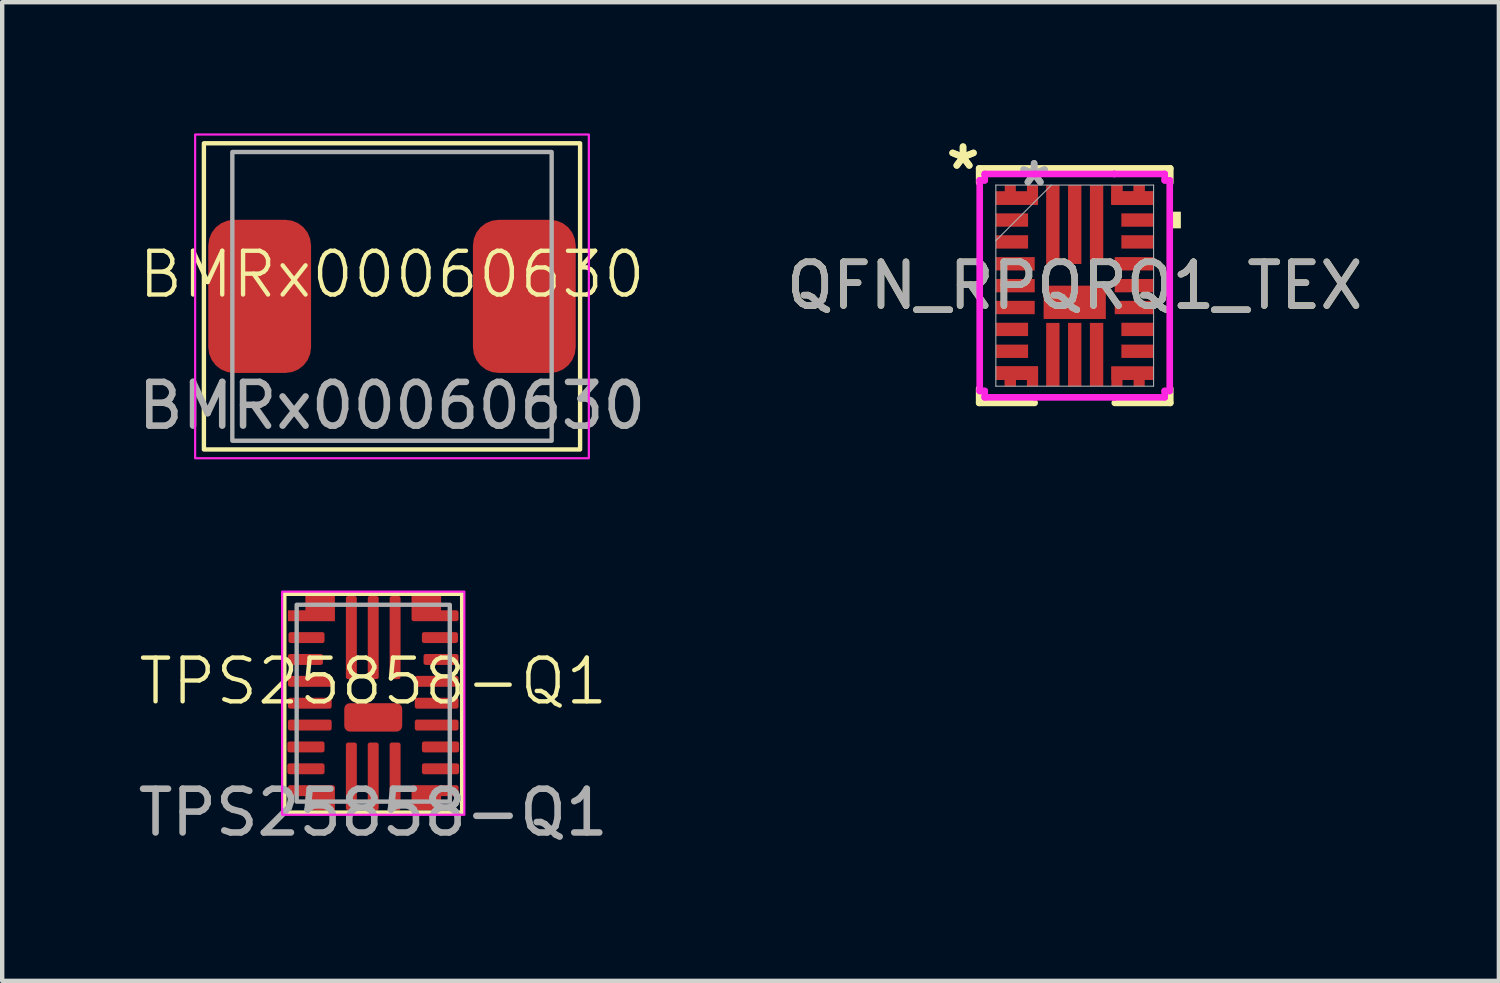
<source format=kicad_pcb>
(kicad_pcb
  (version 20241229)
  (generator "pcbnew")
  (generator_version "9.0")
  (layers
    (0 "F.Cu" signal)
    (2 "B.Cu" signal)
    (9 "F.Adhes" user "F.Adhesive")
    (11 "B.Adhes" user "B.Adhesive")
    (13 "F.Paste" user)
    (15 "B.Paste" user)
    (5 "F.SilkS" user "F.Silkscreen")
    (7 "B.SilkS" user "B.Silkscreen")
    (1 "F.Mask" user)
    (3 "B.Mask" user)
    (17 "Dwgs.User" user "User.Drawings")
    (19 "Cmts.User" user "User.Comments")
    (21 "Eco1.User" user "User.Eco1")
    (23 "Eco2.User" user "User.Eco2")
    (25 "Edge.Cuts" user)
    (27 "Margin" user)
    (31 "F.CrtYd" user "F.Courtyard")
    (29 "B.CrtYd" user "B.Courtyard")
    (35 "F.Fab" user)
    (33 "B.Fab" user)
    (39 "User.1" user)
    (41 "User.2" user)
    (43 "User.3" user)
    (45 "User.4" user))
  (footprint "BMRx00060630"
    (layer "F.Cu")
    (at 5.911 3.725)
    (property "Reference" "BMRx00060630" (at 0 -0.5 0) (unlocked yes) (layer "F.SilkS") (effects (font (size 1 1) (thickness 0.1))))
    (attr smd)
    (fp_rect (start -4.3 -3.5) (end 4.3 3.5) (stroke (width 0.1) (type default)) (fill no) (layer "F.SilkS"))
    (fp_rect (start -4.5 -3.7) (end 4.5 3.7) (stroke (width 0.05) (type default)) (fill no) (layer "F.CrtYd"))
    (fp_rect (start -3.65 -3.3) (end 3.65 3.3) (stroke (width 0.1) (type default)) (fill no) (layer "F.Fab"))
    (fp_text user "${REFERENCE}" (at 0 2.5 0) (unlocked yes) (layer "F.Fab") (effects (font (size 1 1) (thickness 0.15))))
    (pad "1" smd roundrect (at -3.025 0) (size 2.35 3.5) (layers "F.Cu" "F.Mask" "F.Paste") (roundrect_rratio 0.25))
    (pad "2" smd roundrect (at 3.025 0) (size 2.35 3.5) (layers "F.Cu" "F.Mask" "F.Paste") (roundrect_rratio 0.25)))
  (footprint "TPS25858-Q1"
    (layer "F.Cu")
    (at 5.482 13.025)
    (property "Reference" "TPS25858-Q1" (at 0 -0.5 0) (unlocked yes) (layer "F.SilkS") (effects (font (size 1 1) (thickness 0.1))))
    (attr smd)
    (fp_rect (start -2.033 -2.5) (end 2.033 2.5) (stroke (width 0.1) (type default)) (fill no) (layer "F.SilkS"))
    (fp_rect (start -2.083 -2.55) (end 2.083 2.55) (stroke (width 0.05) (type default)) (fill no) (layer "F.CrtYd"))
    (fp_rect (start -1.75 -2.25) (end 1.75 2.25) (stroke (width 0.1) (type default)) (fill no) (layer "F.Fab"))
    (fp_text user "${REFERENCE}" (at 0 2.5 0) (unlocked yes) (layer "F.Fab") (effects (font (size 1 1) (thickness 0.15))))
    (pad "1" smd custom (at -1.413 -2) (size 0.25 0.25) (layers "F.Cu" "F.Mask" "F.Paste") (options (anchor circle)) (primitives (gr_poly (pts (xy -0.537 -0.117) (xy -0.537 -0.12) (xy -0.535 -0.123) (xy -0.532 -0.124) (xy -0.529 -0.125) (xy 0.529 -0.125) (xy 0.532 -0.124) (xy 0.535 -0.123) (xy 0.537 -0.12) (xy 0.537 -0.117) (xy 0.537 0.117) (xy 0.537 0.12) (xy 0.535 0.123) (xy 0.532 0.124) (xy 0.529 0.125) (xy -0.529 0.125) (xy -0.532 0.124) (xy -0.535 0.123) (xy -0.537 0.12) (xy -0.537 0.117)) (width 0) (fill yes)) (gr_rect (start -0.138 -0.45) (end 0.537 0) (width 0) (fill yes))))
    (pad "2" smd roundrect (at -1.525 -1.5) (size 0.825 0.25) (layers "F.Cu" "F.Mask" "F.Paste") (roundrect_rratio 0.2))
    (pad "3" smd roundrect (at -1.55 -1) (size 0.8 0.25) (layers "F.Cu" "F.Mask" "F.Paste") (roundrect_rratio 0.2))
    (pad "4" smd roundrect (at -1.45 -0.5) (size 1 0.25) (layers "F.Cu" "F.Mask" "F.Paste") (roundrect_rratio 0.2))
    (pad "5" smd roundrect (at -1.45 0) (size 1 0.25) (layers "F.Cu" "F.Mask" "F.Paste") (roundrect_rratio 0.2))
    (pad "6" smd roundrect (at -1.45 0.5) (size 1 0.25) (layers "F.Cu" "F.Mask" "F.Paste") (roundrect_rratio 0.2))
    (pad "7" smd roundrect (at -1.538 1) (size 0.85 0.25) (layers "F.Cu" "F.Mask" "F.Paste") (roundrect_rratio 0.2))
    (pad "8" smd roundrect (at -1.538 1.5) (size 0.85 0.25) (layers "F.Cu" "F.Mask" "F.Paste") (roundrect_rratio 0.2))
    (pad "9" smd custom (at -1.413 2) (size 0.25 0.25) (layers "F.Cu" "F.Mask" "F.Paste") (options (anchor circle)) (primitives (gr_poly (pts (xy -0.537 -0.075) (xy -0.534 -0.094) (xy -0.523 -0.11) (xy -0.507 -0.121) (xy -0.487 -0.125) (xy 0.487 -0.125) (xy 0.507 -0.121) (xy 0.523 -0.11) (xy 0.534 -0.094) (xy 0.537 -0.075) (xy 0.537 0.075) (xy 0.534 0.094) (xy 0.523 0.11) (xy 0.507 0.121) (xy 0.487 0.125) (xy -0.487 0.125) (xy -0.507 0.121) (xy -0.523 0.11) (xy -0.534 0.094) (xy -0.537 0.075)) (width 0) (fill yes)) (gr_rect (start -0.138 0) (end 0.537 0.45) (width 0) (fill yes))))
    (pad "10" smd roundrect (at -0.5 1.675 90) (size 1.55 0.25) (layers "F.Cu" "F.Mask" "F.Paste") (roundrect_rratio 0.2))
    (pad "11" smd roundrect (at 0 1.675 90) (size 1.55 0.25) (layers "F.Cu" "F.Mask" "F.Paste") (roundrect_rratio 0.2))
    (pad "12" smd roundrect (at 0.5 1.675 90) (size 1.55 0.25) (layers "F.Cu" "F.Mask" "F.Paste") (roundrect_rratio 0.2))
    (pad "13" smd custom (at 1.413 2) (size 0.25 0.25) (layers "F.Cu" "F.Mask" "F.Paste") (options (anchor circle)) (primitives (gr_poly (pts (xy -0.537 -0.075) (xy -0.534 -0.094) (xy -0.523 -0.11) (xy -0.507 -0.121) (xy -0.487 -0.125) (xy 0.487 -0.125) (xy 0.507 -0.121) (xy 0.523 -0.11) (xy 0.534 -0.094) (xy 0.537 -0.075) (xy 0.537 0.075) (xy 0.534 0.094) (xy 0.523 0.11) (xy 0.507 0.121) (xy 0.487 0.125) (xy -0.487 0.125) (xy -0.507 0.121) (xy -0.523 0.11) (xy -0.534 0.094) (xy -0.537 0.075)) (width 0) (fill yes)) (gr_rect (start -0.537 0) (end 0.138 0.45) (width 0) (fill yes))))
    (pad "14" smd roundrect (at 1.538 1.5 180) (size 0.85 0.25) (layers "F.Cu" "F.Mask" "F.Paste") (roundrect_rratio 0.2))
    (pad "15" smd roundrect (at 1.538 1 180) (size 0.85 0.25) (layers "F.Cu" "F.Mask" "F.Paste") (roundrect_rratio 0.2))
    (pad "16" smd roundrect (at 1.45 0.5 180) (size 1 0.25) (layers "F.Cu" "F.Mask" "F.Paste") (roundrect_rratio 0.2))
    (pad "17" smd roundrect (at 1.45 0 180) (size 1 0.25) (layers "F.Cu" "F.Mask" "F.Paste") (roundrect_rratio 0.2))
    (pad "18" smd roundrect (at 1.45 -0.5 180) (size 1 0.25) (layers "F.Cu" "F.Mask" "F.Paste") (roundrect_rratio 0.2))
    (pad "19" smd roundrect (at 1.55 -1 180) (size 0.8 0.25) (layers "F.Cu" "F.Mask" "F.Paste") (roundrect_rratio 0.2))
    (pad "20" smd roundrect (at 1.525 -1.5 180) (size 0.825 0.25) (layers "F.Cu" "F.Mask" "F.Paste") (roundrect_rratio 0.2))
    (pad "21" smd custom (at 1.413 -2) (size 0.25 0.25) (layers "F.Cu" "F.Mask" "F.Paste") (options (anchor circle)) (primitives (gr_poly (pts (xy -0.537 -0.075) (xy -0.534 -0.094) (xy -0.523 -0.11) (xy -0.507 -0.121) (xy -0.487 -0.125) (xy 0.487 -0.125) (xy 0.507 -0.121) (xy 0.523 -0.11) (xy 0.534 -0.094) (xy 0.537 -0.075) (xy 0.537 0.075) (xy 0.534 0.094) (xy 0.523 0.11) (xy 0.507 0.121) (xy 0.487 0.125) (xy -0.487 0.125) (xy -0.507 0.121) (xy -0.523 0.11) (xy -0.534 0.094) (xy -0.537 0.075)) (width 0) (fill yes)) (gr_rect (start -0.537 -0.45) (end 0.138 0) (width 0) (fill yes))))
    (pad "22" smd roundrect (at 0.5 -1.5 270) (size 1.9 0.25) (layers "F.Cu" "F.Mask" "F.Paste") (roundrect_rratio 0.2))
    (pad "23" smd roundrect (at 0 -1.5 270) (size 1.9 0.25) (layers "F.Cu" "F.Mask" "F.Paste") (roundrect_rratio 0.2))
    (pad "24" smd roundrect (at -0.5 -1.5 270) (size 1.9 0.25) (layers "F.Cu" "F.Mask" "F.Paste") (roundrect_rratio 0.2))
    (pad "25" smd roundrect (at 0 0.325) (size 1.325 0.65) (layers "F.Cu" "F.Mask" "F.Paste") (roundrect_rratio 0.2)))
  (footprint "QFN_RPQRQ1_TEX"
    (layer "F.Cu")
    (at 21.518 3.48)
    (property "Reference" "QFN_RPQRQ1_TEX" (at 0 0 0) (unlocked yes) (layer "F.SilkS") (effects (font (size 1 1) (thickness 0.15))))
    (attr smd)
    (fp_poly (pts (xy -1.803 1.848) (xy -0.838 1.848) (xy -0.838 2.299) (xy -1.092 2.299) (xy -1.092 2.153) (xy -1.346 2.153) (xy -1.346 2.299) (xy -1.6 2.299) (xy -1.6 2.153) (xy -1.803 2.153)) (stroke (width 0) (type solid)) (fill yes) (layer "F.Cu"))
    (fp_poly (pts (xy -1.803 -1.848) (xy -1.803 -2.153) (xy -1.6 -2.153) (xy -1.6 -2.299) (xy -1.346 -2.299) (xy -1.346 -2.153) (xy -1.092 -2.153) (xy -1.092 -2.299) (xy -0.838 -2.299) (xy -0.838 -1.848)) (stroke (width 0) (type solid)) (fill yes) (layer "F.Cu"))
    (fp_poly (pts (xy -1.803 1.848) (xy -0.838 1.848) (xy -0.838 2.299) (xy -1.092 2.299) (xy -1.092 2.153) (xy -1.346 2.153) (xy -1.346 2.299) (xy -1.6 2.299) (xy -1.6 2.153) (xy -1.803 2.153)) (stroke (width 0) (type solid)) (fill yes) (layer "F.Cu"))
    (fp_poly (pts (xy 0.838 -2.299) (xy 1.092 -2.299) (xy 1.092 -2.153) (xy 1.346 -2.153) (xy 1.346 -2.299) (xy 1.6 -2.299) (xy 1.6 -2.153) (xy 1.803 -2.153) (xy 1.803 -1.848) (xy 0.838 -1.848)) (stroke (width 0) (type solid)) (fill yes) (layer "F.Cu"))
    (fp_poly (pts (xy 0.838 -1.848) (xy 0.838 -2.299) (xy 1.092 -2.299) (xy 1.092 -2.153) (xy 1.346 -2.153) (xy 1.346 -2.299) (xy 1.6 -2.299) (xy 1.6 -2.153) (xy 1.803 -2.153) (xy 1.803 -1.848)) (stroke (width 0) (type solid)) (fill yes) (layer "F.Cu"))
    (fp_poly (pts (xy 0.838 1.848) (xy 1.803 1.848) (xy 1.803 2.153) (xy 1.6 2.153) (xy 1.6 2.299) (xy 1.346 2.299) (xy 1.346 2.153) (xy 1.092 2.153) (xy 1.092 2.299) (xy 0.838 2.299)) (stroke (width 0) (type solid)) (fill yes) (layer "F.Cu"))
    (fp_poly (pts (xy -1.803 1.848) (xy -0.838 1.848) (xy -0.838 2.299) (xy -1.092 2.299) (xy -1.092 2.153) (xy -1.346 2.153) (xy -1.346 2.299) (xy -1.6 2.299) (xy -1.6 2.153) (xy -1.803 2.153)) (stroke (width 0) (type solid)) (fill yes) (layer "F.Mask"))
    (fp_poly (pts (xy -1.803 -1.848) (xy -1.803 -2.153) (xy -1.6 -2.153) (xy -1.6 -2.299) (xy -1.346 -2.299) (xy -1.346 -2.153) (xy -1.092 -2.153) (xy -1.092 -2.299) (xy -0.838 -2.299) (xy -0.838 -1.848)) (stroke (width 0) (type solid)) (fill yes) (layer "F.Mask"))
    (fp_poly (pts (xy 0.838 -2.299) (xy 1.092 -2.299) (xy 1.092 -2.153) (xy 1.346 -2.153) (xy 1.346 -2.299) (xy 1.6 -2.299) (xy 1.6 -2.153) (xy 1.803 -2.153) (xy 1.803 -1.848) (xy 0.838 -1.848)) (stroke (width 0) (type solid)) (fill yes) (layer "F.Mask"))
    (fp_poly (pts (xy 0.838 1.848) (xy 1.803 1.848) (xy 1.803 2.153) (xy 1.6 2.153) (xy 1.6 2.299) (xy 1.346 2.299) (xy 1.346 2.153) (xy 1.092 2.153) (xy 1.092 2.299) (xy 0.838 2.299)) (stroke (width 0) (type solid)) (fill yes) (layer "F.Mask"))
    (fp_line (start -2.184 -2.68) (end -2.184 -2.353) (stroke (width 0.152) (type solid)) (layer "F.SilkS"))
    (fp_line (start -2.184 2.353) (end -2.184 2.68) (stroke (width 0.152) (type solid)) (layer "F.SilkS"))
    (fp_line (start -2.184 2.68) (end -0.916 2.68) (stroke (width 0.152) (type solid)) (layer "F.SilkS"))
    (fp_line (start 0.916 2.68) (end 2.184 2.68) (stroke (width 0.152) (type solid)) (layer "F.SilkS"))
    (fp_line (start 2.184 -2.68) (end -2.184 -2.68) (stroke (width 0.152) (type solid)) (layer "F.SilkS"))
    (fp_line (start 2.184 -2.353) (end 2.184 -2.68) (stroke (width 0.152) (type solid)) (layer "F.SilkS"))
    (fp_line (start 2.184 2.68) (end 2.184 2.353) (stroke (width 0.152) (type solid)) (layer "F.SilkS"))
    (fp_poly (pts (xy 2.426 -1.691) (xy 2.426 -1.31) (xy 2.172 -1.31) (xy 2.172 -1.691)) (stroke (width 0) (type solid)) (fill yes) (layer "F.SilkS"))
    (fp_poly (pts (xy -1.803 -1.848) (xy -1.803 -2.153) (xy -1.6 -2.153) (xy -1.6 -2.299) (xy -1.346 -2.299) (xy -1.346 -2.153) (xy -1.092 -2.153) (xy -1.092 -2.299) (xy -0.838 -2.299) (xy -0.838 -1.848)) (stroke (width 0) (type solid)) (fill yes) (layer "F.Paste"))
    (fp_poly (pts (xy -1.803 1.848) (xy -0.838 1.848) (xy -0.838 2.299) (xy -1.092 2.299) (xy -1.092 2.153) (xy -1.346 2.153) (xy -1.346 2.299) (xy -1.6 2.299) (xy -1.6 2.153) (xy -1.803 2.153)) (stroke (width 0) (type solid)) (fill yes) (layer "F.Paste"))
    (fp_poly (pts (xy 0.838 -1.848) (xy 0.838 -2.299) (xy 1.092 -2.299) (xy 1.092 -2.153) (xy 1.346 -2.153) (xy 1.346 -2.299) (xy 1.6 -2.299) (xy 1.6 -2.153) (xy 1.803 -2.153) (xy 1.803 -1.848)) (stroke (width 0) (type solid)) (fill yes) (layer "F.Paste"))
    (fp_poly (pts (xy 0.838 2.299) (xy 0.838 1.848) (xy 1.803 1.848) (xy 1.803 2.153) (xy 1.6 2.153) (xy 1.6 2.299) (xy 1.346 2.299) (xy 1.346 2.153) (xy 1.092 2.153) (xy 1.092 2.299)) (stroke (width 0) (type solid)) (fill yes) (layer "F.Paste"))
    (fp_line (start -2.172 -2.407) (end -2.057 -2.407) (stroke (width 0.152) (type solid)) (layer "F.CrtYd"))
    (fp_line (start -2.172 2.407) (end -2.172 -2.407) (stroke (width 0.152) (type solid)) (layer "F.CrtYd"))
    (fp_line (start -2.057 -2.553) (end -0.907 -2.553) (stroke (width 0.152) (type solid)) (layer "F.CrtYd"))
    (fp_line (start -2.057 -2.407) (end -2.057 -2.553) (stroke (width 0.152) (type solid)) (layer "F.CrtYd"))
    (fp_line (start -2.057 2.407) (end -2.172 2.407) (stroke (width 0.152) (type solid)) (layer "F.CrtYd"))
    (fp_line (start -2.057 2.553) (end -2.057 2.407) (stroke (width 0.152) (type solid)) (layer "F.CrtYd"))
    (fp_line (start -0.907 -2.553) (end -0.907 -2.553) (stroke (width 0.152) (type solid)) (layer "F.CrtYd"))
    (fp_line (start -0.907 -2.553) (end 0.907 -2.553) (stroke (width 0.152) (type solid)) (layer "F.CrtYd"))
    (fp_line (start -0.907 2.553) (end -2.057 2.553) (stroke (width 0.152) (type solid)) (layer "F.CrtYd"))
    (fp_line (start -0.907 2.553) (end -0.907 2.553) (stroke (width 0.152) (type solid)) (layer "F.CrtYd"))
    (fp_line (start 0.907 -2.553) (end 0.907 -2.553) (stroke (width 0.152) (type solid)) (layer "F.CrtYd"))
    (fp_line (start 0.907 -2.553) (end 2.057 -2.553) (stroke (width 0.152) (type solid)) (layer "F.CrtYd"))
    (fp_line (start 0.907 2.553) (end -0.907 2.553) (stroke (width 0.152) (type solid)) (layer "F.CrtYd"))
    (fp_line (start 0.907 2.553) (end 0.907 2.553) (stroke (width 0.152) (type solid)) (layer "F.CrtYd"))
    (fp_line (start 2.057 -2.553) (end 2.057 -2.407) (stroke (width 0.152) (type solid)) (layer "F.CrtYd"))
    (fp_line (start 2.057 -2.407) (end 2.172 -2.407) (stroke (width 0.152) (type solid)) (layer "F.CrtYd"))
    (fp_line (start 2.057 2.407) (end 2.057 2.553) (stroke (width 0.152) (type solid)) (layer "F.CrtYd"))
    (fp_line (start 2.057 2.553) (end 0.907 2.553) (stroke (width 0.152) (type solid)) (layer "F.CrtYd"))
    (fp_line (start 2.172 -2.407) (end 2.172 2.407) (stroke (width 0.152) (type solid)) (layer "F.CrtYd"))
    (fp_line (start 2.172 2.407) (end 2.057 2.407) (stroke (width 0.152) (type solid)) (layer "F.CrtYd"))
    (fp_line (start -1.803 -2.299) (end -1.803 2.299) (stroke (width 0.025) (type solid)) (layer "F.Fab"))
    (fp_line (start -1.803 -1.029) (end -0.533 -2.299) (stroke (width 0.025) (type solid)) (layer "F.Fab"))
    (fp_line (start -1.803 2.299) (end 1.803 2.299) (stroke (width 0.025) (type solid)) (layer "F.Fab"))
    (fp_line (start 1.803 -2.299) (end -1.803 -2.299) (stroke (width 0.025) (type solid)) (layer "F.Fab"))
    (fp_line (start 1.803 2.299) (end 1.803 -2.299) (stroke (width 0.025) (type solid)) (layer "F.Fab"))
    (fp_text user "*" (at -2.553 -2.632 0) (unlocked yes) (layer "F.SilkS") (effects (font (size 1 1) (thickness 0.15))))
    (fp_text user "*" (at -2.553 -2.632 0) (layer "F.SilkS") (effects (font (size 1 1) (thickness 0.15))))
    (fp_text user "*" (at -0.928 -2.251 0) (layer "F.Fab") (effects (font (size 1 1) (thickness 0.15))))
    (fp_text user "*" (at -0.928 -2.251 0) (unlocked yes) (layer "F.Fab") (effects (font (size 1 1) (thickness 0.15))))
    (fp_text user "${REFERENCE}" (at 0 0 0) (unlocked yes) (layer "F.Fab") (effects (font (size 1 1) (thickness 0.15))))
    (pad "1" smd rect (at -1.321 -2.001 90) (size 0.305 0.965) (layers "F.Cu" "F.Mask" "F.Paste"))
    (pad "2" smd rect (at -1.435 -1.5 90) (size 0.305 0.737) (layers "F.Cu" "F.Mask" "F.Paste"))
    (pad "3" smd rect (at -1.435 -1 90) (size 0.305 0.737) (layers "F.Cu" "F.Mask" "F.Paste"))
    (pad "4" smd rect (at -1.359 -0.5 90) (size 0.305 0.889) (layers "F.Cu" "F.Mask" "F.Paste"))
    (pad "5" smd rect (at -1.359 0 90) (size 0.305 0.889) (layers "F.Cu" "F.Mask" "F.Paste"))
    (pad "6" smd rect (at -1.359 0.5 90) (size 0.305 0.889) (layers "F.Cu" "F.Mask" "F.Paste"))
    (pad "7" smd rect (at -1.435 1 90) (size 0.305 0.737) (layers "F.Cu" "F.Mask" "F.Paste"))
    (pad "8" smd rect (at -1.435 1.5 90) (size 0.305 0.737) (layers "F.Cu" "F.Mask" "F.Paste"))
    (pad "9" smd rect (at -1.321 2.001 90) (size 0.305 0.965) (layers "F.Cu" "F.Mask" "F.Paste"))
    (pad "10" smd rect (at -0.5 1.575) (size 0.305 1.448) (layers "F.Cu" "F.Mask" "F.Paste"))
    (pad "11" smd rect (at 0 1.575) (size 0.305 1.448) (layers "F.Cu" "F.Mask" "F.Paste"))
    (pad "12" smd rect (at 0.5 1.575) (size 0.305 1.448) (layers "F.Cu" "F.Mask" "F.Paste"))
    (pad "13" smd rect (at 1.321 2.001 90) (size 0.305 0.965) (layers "F.Cu" "F.Mask" "F.Paste"))
    (pad "14" smd rect (at 1.435 1.5 90) (size 0.305 0.737) (layers "F.Cu" "F.Mask" "F.Paste"))
    (pad "15" smd rect (at 1.435 1 90) (size 0.305 0.737) (layers "F.Cu" "F.Mask" "F.Paste"))
    (pad "16" smd rect (at 1.359 0.5 90) (size 0.305 0.889) (layers "F.Cu" "F.Mask" "F.Paste"))
    (pad "17" smd rect (at 1.359 0 90) (size 0.305 0.889) (layers "F.Cu" "F.Mask" "F.Paste"))
    (pad "18" smd rect (at 1.359 -0.5 90) (size 0.305 0.889) (layers "F.Cu" "F.Mask" "F.Paste"))
    (pad "19" smd rect (at 1.435 -1 90) (size 0.305 0.737) (layers "F.Cu" "F.Mask" "F.Paste"))
    (pad "20" smd rect (at 1.435 -1.5 90) (size 0.305 0.737) (layers "F.Cu" "F.Mask" "F.Paste"))
    (pad "21" smd rect (at 1.321 -2.001 90) (size 0.305 0.965) (layers "F.Cu" "F.Mask" "F.Paste"))
    (pad "22" smd rect (at 0.5 -1.397) (size 0.305 1.803) (layers "F.Cu" "F.Mask" "F.Paste"))
    (pad "23" smd rect (at 0 -1.397) (size 0.305 1.803) (layers "F.Cu" "F.Mask" "F.Paste"))
    (pad "24" smd rect (at -0.5 -1.397) (size 0.305 1.803) (layers "F.Cu" "F.Mask" "F.Paste"))
    (pad "25" smd rect (at 0 0.381) (size 1.422 0.762) (layers "F.Cu" "F.Mask" "F.Paste")))
  (gr_rect
    (start -3 -3)
    (end 31.214 19.373)
    (stroke (width 0.1) (type default))
    (fill no)
    (layer "Edge.Cuts")))
</source>
